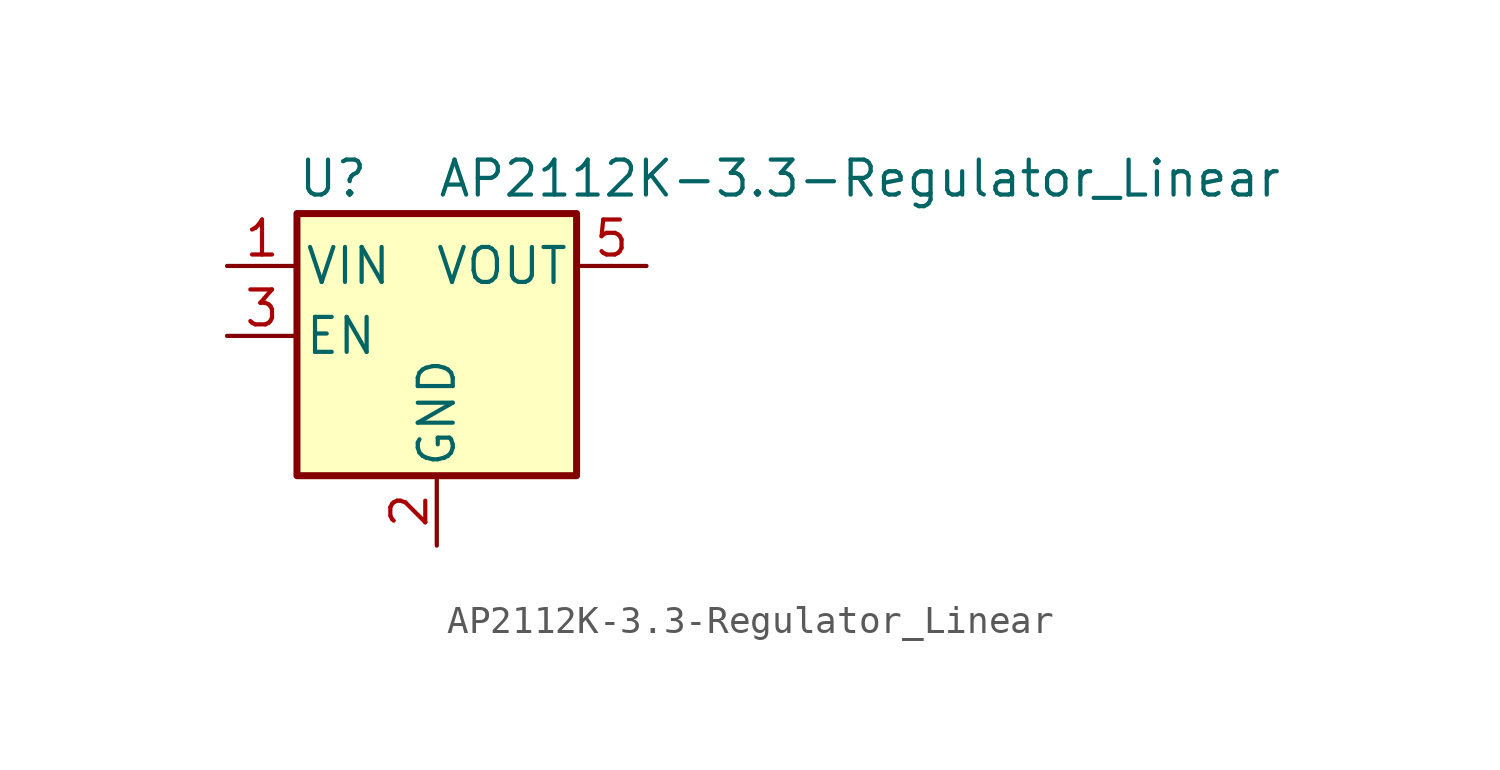
<source format=kicad_sym>
(kicad_symbol_lib
  (version 20220914)
  (generator kicad_symbol_editor)
  (symbol "AP2112K-3.3-Regulator_Linear"
    (pin_names
      (offset 0.254))
    (property "Reference" "U"
      (at -5.08 5.715 0)
      (effects (font (size 1.27 1.27)) (justify left)))
    (property "Value" "AP2112K-3.3-Regulator_Linear"
      (at 0 5.715 0)
      (effects (font (size 1.27 1.27)) (justify left)))
    (symbol "AP2112K-3.3-Regulator_Linear_0_1"
      (rectangle (start -5.08 4.445) (end 5.08 -5.08) (stroke (width 0.254) (type solid)) (fill (type background))))
    (symbol "AP2112K-3.3-Regulator_Linear_1_1"
      (pin power_in line (at -7.62 2.54 0) (length 2.54) (name "VIN" (effects (font (size 1.27 1.27)))) (number "1" (effects (font (size 1.27 1.27)))))
      (pin power_in line (at 0 -7.62 90) (length 2.54) (name "GND" (effects (font (size 1.27 1.27)))) (number "2" (effects (font (size 1.27 1.27)))))
      (pin input line (at -7.62 0 0) (length 2.54) (name "EN" (effects (font (size 1.27 1.27)))) (number "3" (effects (font (size 1.27 1.27)))))
      (pin no_connect line (at 5.08 0 180) (length 2.54) hide (name "NC" (effects (font (size 1.27 1.27)))) (number "4" (effects (font (size 1.27 1.27)))))
      (pin power_out line (at 7.62 2.54 180) (length 2.54) (name "VOUT" (effects (font (size 1.27 1.27)))) (number "5" (effects (font (size 1.27 1.27))))))))
</source>
